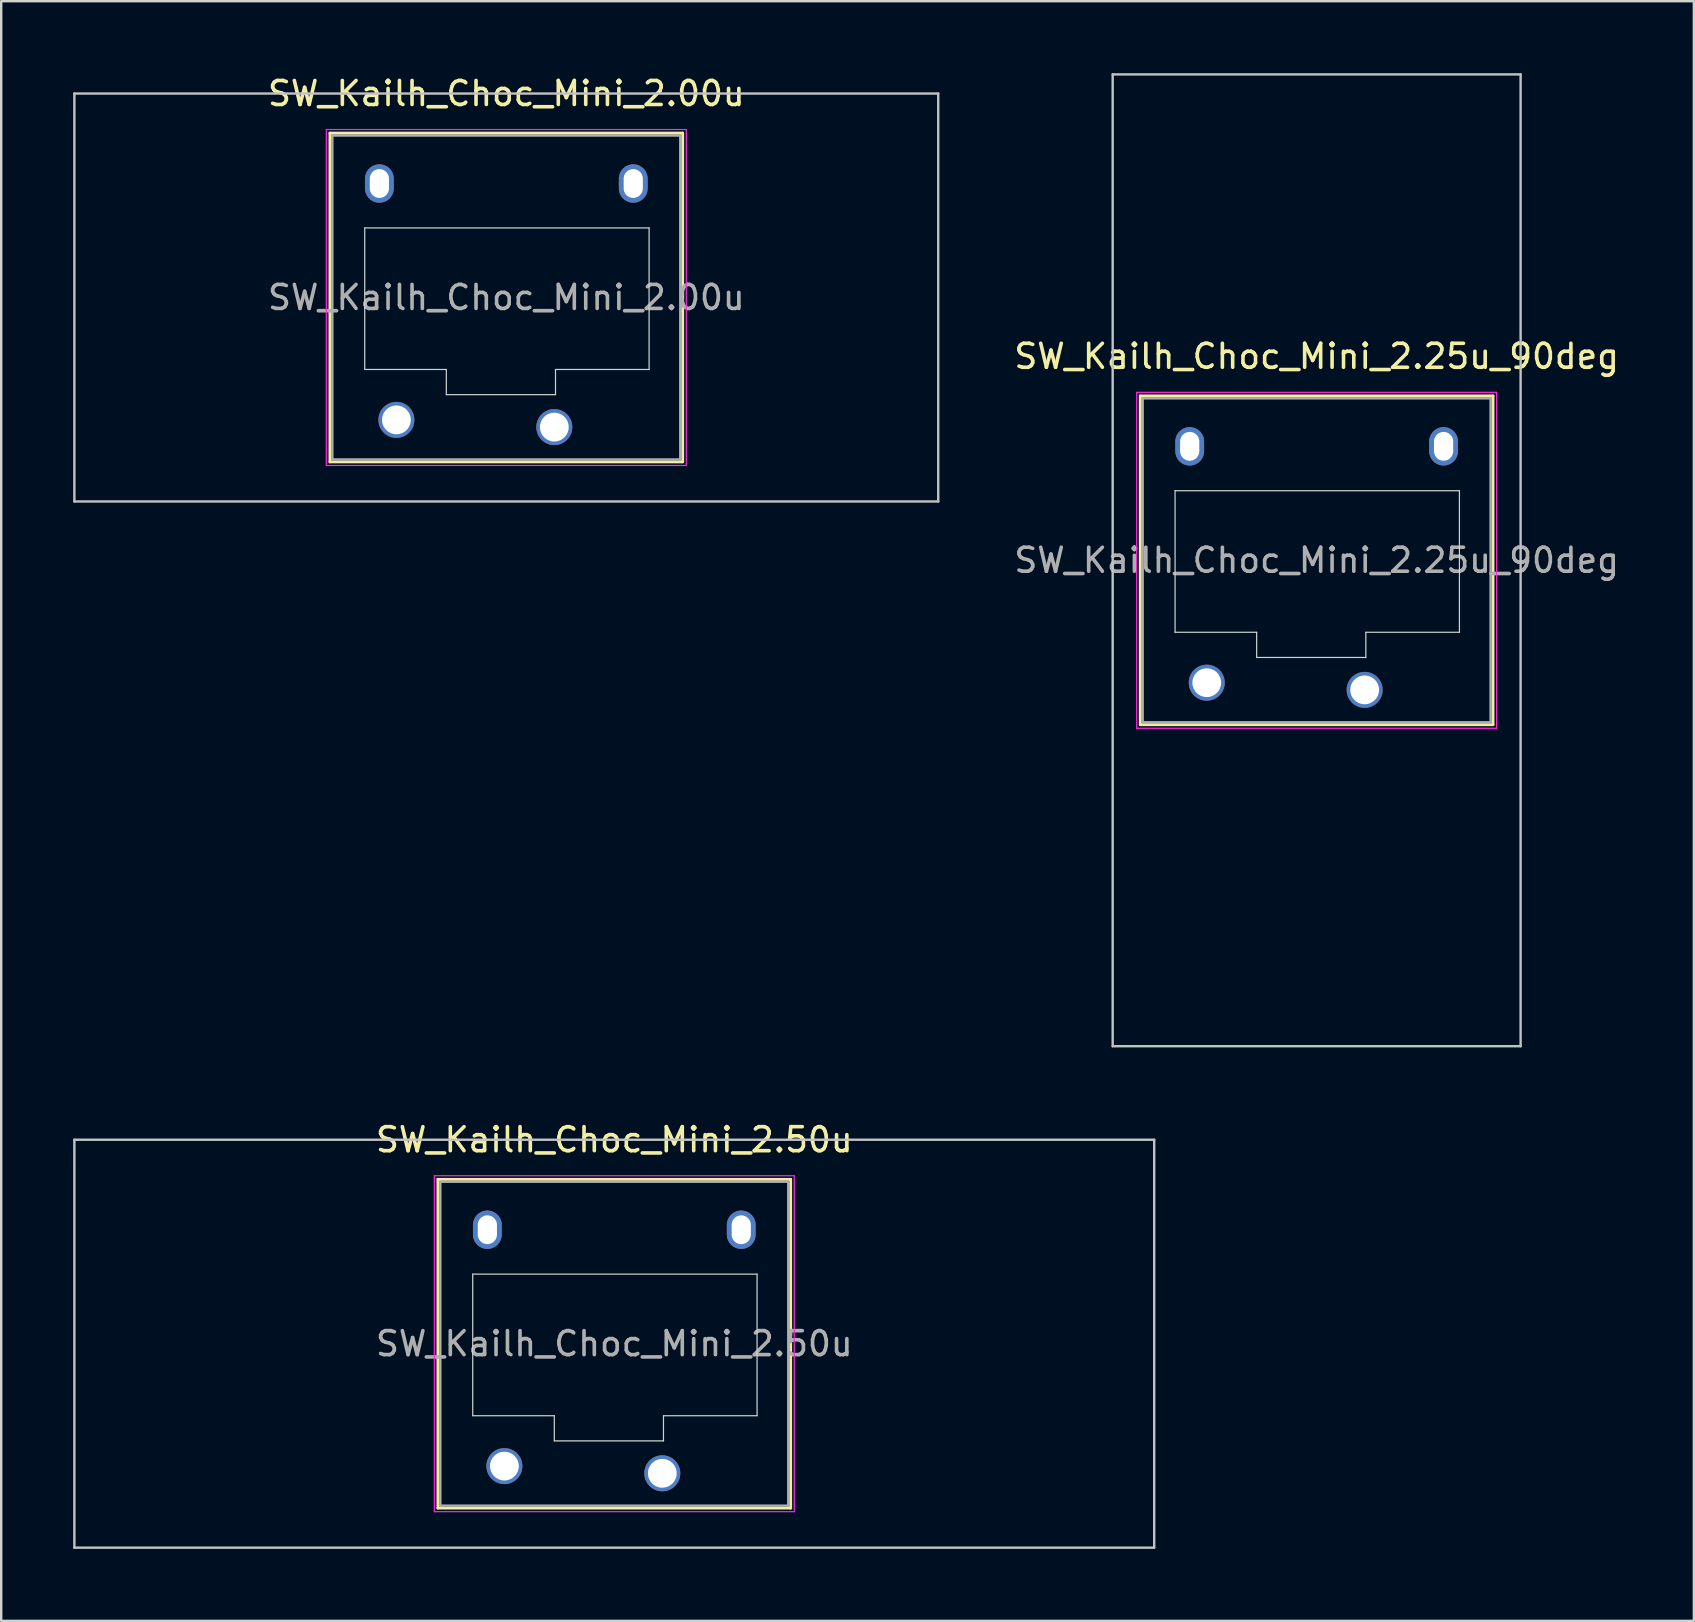
<source format=kicad_pcb>
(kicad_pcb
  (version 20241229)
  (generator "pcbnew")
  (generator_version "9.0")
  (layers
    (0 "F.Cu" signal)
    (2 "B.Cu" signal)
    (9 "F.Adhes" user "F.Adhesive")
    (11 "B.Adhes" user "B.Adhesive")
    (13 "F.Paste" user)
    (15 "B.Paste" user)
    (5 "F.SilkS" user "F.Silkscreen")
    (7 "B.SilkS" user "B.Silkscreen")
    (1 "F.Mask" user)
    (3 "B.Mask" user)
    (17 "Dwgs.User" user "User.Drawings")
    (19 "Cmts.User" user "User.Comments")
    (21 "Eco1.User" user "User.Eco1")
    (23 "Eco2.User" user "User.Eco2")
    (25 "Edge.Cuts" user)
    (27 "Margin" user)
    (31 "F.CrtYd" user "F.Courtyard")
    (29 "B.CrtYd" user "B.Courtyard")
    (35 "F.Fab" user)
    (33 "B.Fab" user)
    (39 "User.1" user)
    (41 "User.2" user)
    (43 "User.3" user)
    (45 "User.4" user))
  (footprint "SW_Kailh_Choc_Mini_2.25u_90deg"
    (layer "F.Cu")
    (at 51.82 20.3)
    (property "Reference" "SW_Kailh_Choc_Mini_2.25u_90deg" (at 0 -8.5 0) (layer "F.SilkS") (effects (font (size 1 1) (thickness 0.15))))
    (attr through_hole)
    (fp_line (start -7.35 -6.85) (end -7.35 6.85) (stroke (width 0.12) (type solid)) (layer "F.SilkS"))
    (fp_line (start -7.35 6.85) (end 7.35 6.85) (stroke (width 0.12) (type solid)) (layer "F.SilkS"))
    (fp_line (start 7.35 -6.85) (end -7.35 -6.85) (stroke (width 0.12) (type solid)) (layer "F.SilkS"))
    (fp_line (start 7.35 6.85) (end 7.35 -6.85) (stroke (width 0.12) (type solid)) (layer "F.SilkS"))
    (fp_line (start -8.5 -20.25) (end 8.5 -20.25) (stroke (width 0.1) (type solid)) (layer "Dwgs.User"))
    (fp_line (start -8.5 20.25) (end -8.5 -20.25) (stroke (width 0.1) (type solid)) (layer "Dwgs.User"))
    (fp_line (start 8.5 -20.25) (end 8.5 20.25) (stroke (width 0.1) (type solid)) (layer "Dwgs.User"))
    (fp_line (start 8.5 20.25) (end -8.5 20.25) (stroke (width 0.1) (type solid)) (layer "Dwgs.User"))
    (fp_line (start -6.85 -6.35) (end -6.85 6.35) (stroke (width 0.1) (type solid)) (layer "Eco1.User"))
    (fp_line (start -6.85 6.35) (end 6.85 6.35) (stroke (width 0.1) (type solid)) (layer "Eco1.User"))
    (fp_line (start 6.85 -6.35) (end -6.85 -6.35) (stroke (width 0.1) (type solid)) (layer "Eco1.User"))
    (fp_line (start 6.85 6.35) (end 6.85 -6.35) (stroke (width 0.1) (type solid)) (layer "Eco1.User"))
    (fp_line (start -5.9 -2.9) (end -5.9 3) (stroke (width 0.05) (type solid)) (layer "Edge.Cuts"))
    (fp_line (start -5.9 3) (end -2.5 3) (stroke (width 0.05) (type solid)) (layer "Edge.Cuts"))
    (fp_line (start -2.5 3) (end -2.5 4.05) (stroke (width 0.05) (type solid)) (layer "Edge.Cuts"))
    (fp_line (start -2.5 4.05) (end 2.05 4.05) (stroke (width 0.05) (type solid)) (layer "Edge.Cuts"))
    (fp_line (start 2.05 3) (end 5.95 3) (stroke (width 0.05) (type solid)) (layer "Edge.Cuts"))
    (fp_line (start 2.05 4.05) (end 2.05 3) (stroke (width 0.05) (type solid)) (layer "Edge.Cuts"))
    (fp_line (start 5.95 -2.9) (end -5.9 -2.9) (stroke (width 0.05) (type solid)) (layer "Edge.Cuts"))
    (fp_line (start 5.95 3) (end 5.95 -2.9) (stroke (width 0.05) (type solid)) (layer "Edge.Cuts"))
    (fp_line (start -7.5 -7) (end -7.5 7) (stroke (width 0.05) (type solid)) (layer "F.CrtYd"))
    (fp_line (start -7.5 7) (end 7.5 7) (stroke (width 0.05) (type solid)) (layer "F.CrtYd"))
    (fp_line (start 7.5 -7) (end -7.5 -7) (stroke (width 0.05) (type solid)) (layer "F.CrtYd"))
    (fp_line (start 7.5 7) (end 7.5 -7) (stroke (width 0.05) (type solid)) (layer "F.CrtYd"))
    (fp_line (start -7.25 -6.75) (end -7.25 6.75) (stroke (width 0.1) (type solid)) (layer "F.Fab"))
    (fp_line (start -7.25 6.75) (end 7.25 6.75) (stroke (width 0.1) (type solid)) (layer "F.Fab"))
    (fp_line (start 7.25 -6.75) (end -7.25 -6.75) (stroke (width 0.1) (type solid)) (layer "F.Fab"))
    (fp_line (start 7.25 6.75) (end 7.25 -6.75) (stroke (width 0.1) (type solid)) (layer "F.Fab"))
    (fp_text user "${REFERENCE}" (at 0 0 0) (layer "F.Fab") (effects (font (size 1 1) (thickness 0.15))))
    (pad "" np_thru_hole oval (at -5.29 -4.75) (size 1.2 1.6) (drill oval 0.8 1.2) (layers "*.Cu" "*.Mask"))
    (pad "" smd circle (at -4.58 5.1) (size 1.25 1.25) (layers "F.Mask"))
    (pad "" smd circle (at 2 5.4) (size 1.25 1.25) (layers "F.Mask"))
    (pad "" np_thru_hole oval (at 5.29 -4.75) (size 1.2 1.6) (drill oval 0.8 1.2) (layers "*.Cu" "*.Mask"))
    (pad "1" thru_hole circle (at 2 5.4) (size 1.5 1.5) (drill 1.2) (layers "*.Cu" "B.Mask"))
    (pad "2" thru_hole circle (at -4.58 5.1) (size 1.5 1.5) (drill 1.2) (layers "*.Cu" "B.Mask")))
  (footprint "SW_Kailh_Choc_Mini_2.00u"
    (layer "F.Cu")
    (at 18.05 9.348)
    (property "Reference" "SW_Kailh_Choc_Mini_2.00u" (at 0 -8.5 0) (layer "F.SilkS") (effects (font (size 1 1) (thickness 0.15))))
    (attr through_hole)
    (fp_line (start -7.35 -6.85) (end -7.35 6.85) (stroke (width 0.12) (type solid)) (layer "F.SilkS"))
    (fp_line (start -7.35 6.85) (end 7.35 6.85) (stroke (width 0.12) (type solid)) (layer "F.SilkS"))
    (fp_line (start 7.35 -6.85) (end -7.35 -6.85) (stroke (width 0.12) (type solid)) (layer "F.SilkS"))
    (fp_line (start 7.35 6.85) (end 7.35 -6.85) (stroke (width 0.12) (type solid)) (layer "F.SilkS"))
    (fp_line (start -18 -8.5) (end -18 8.5) (stroke (width 0.1) (type solid)) (layer "Dwgs.User"))
    (fp_line (start -18 8.5) (end 18 8.5) (stroke (width 0.1) (type solid)) (layer "Dwgs.User"))
    (fp_line (start 18 -8.5) (end -18 -8.5) (stroke (width 0.1) (type solid)) (layer "Dwgs.User"))
    (fp_line (start 18 8.5) (end 18 -8.5) (stroke (width 0.1) (type solid)) (layer "Dwgs.User"))
    (fp_line (start -6.85 -6.35) (end -6.85 6.35) (stroke (width 0.1) (type solid)) (layer "Eco1.User"))
    (fp_line (start -6.85 6.35) (end 6.85 6.35) (stroke (width 0.1) (type solid)) (layer "Eco1.User"))
    (fp_line (start 6.85 -6.35) (end -6.85 -6.35) (stroke (width 0.1) (type solid)) (layer "Eco1.User"))
    (fp_line (start 6.85 6.35) (end 6.85 -6.35) (stroke (width 0.1) (type solid)) (layer "Eco1.User"))
    (fp_line (start -5.9 -2.9) (end -5.9 3) (stroke (width 0.05) (type solid)) (layer "Edge.Cuts"))
    (fp_line (start -5.9 3) (end -2.5 3) (stroke (width 0.05) (type solid)) (layer "Edge.Cuts"))
    (fp_line (start -2.5 3) (end -2.5 4.05) (stroke (width 0.05) (type solid)) (layer "Edge.Cuts"))
    (fp_line (start -2.5 4.05) (end 2.05 4.05) (stroke (width 0.05) (type solid)) (layer "Edge.Cuts"))
    (fp_line (start 2.05 3) (end 5.95 3) (stroke (width 0.05) (type solid)) (layer "Edge.Cuts"))
    (fp_line (start 2.05 4.05) (end 2.05 3) (stroke (width 0.05) (type solid)) (layer "Edge.Cuts"))
    (fp_line (start 5.95 -2.9) (end -5.9 -2.9) (stroke (width 0.05) (type solid)) (layer "Edge.Cuts"))
    (fp_line (start 5.95 3) (end 5.95 -2.9) (stroke (width 0.05) (type solid)) (layer "Edge.Cuts"))
    (fp_line (start -7.5 -7) (end -7.5 7) (stroke (width 0.05) (type solid)) (layer "F.CrtYd"))
    (fp_line (start -7.5 7) (end 7.5 7) (stroke (width 0.05) (type solid)) (layer "F.CrtYd"))
    (fp_line (start 7.5 -7) (end -7.5 -7) (stroke (width 0.05) (type solid)) (layer "F.CrtYd"))
    (fp_line (start 7.5 7) (end 7.5 -7) (stroke (width 0.05) (type solid)) (layer "F.CrtYd"))
    (fp_line (start -7.25 -6.75) (end -7.25 6.75) (stroke (width 0.1) (type solid)) (layer "F.Fab"))
    (fp_line (start -7.25 6.75) (end 7.25 6.75) (stroke (width 0.1) (type solid)) (layer "F.Fab"))
    (fp_line (start 7.25 -6.75) (end -7.25 -6.75) (stroke (width 0.1) (type solid)) (layer "F.Fab"))
    (fp_line (start 7.25 6.75) (end 7.25 -6.75) (stroke (width 0.1) (type solid)) (layer "F.Fab"))
    (fp_text user "${REFERENCE}" (at 0 0 0) (layer "F.Fab") (effects (font (size 1 1) (thickness 0.15))))
    (pad "" np_thru_hole oval (at -5.29 -4.75) (size 1.2 1.6) (drill oval 0.8 1.2) (layers "*.Cu" "*.Mask"))
    (pad "" smd circle (at -4.58 5.1) (size 1.25 1.25) (layers "F.Mask"))
    (pad "" smd circle (at 2 5.4) (size 1.25 1.25) (layers "F.Mask"))
    (pad "" np_thru_hole oval (at 5.29 -4.75) (size 1.2 1.6) (drill oval 0.8 1.2) (layers "*.Cu" "*.Mask"))
    (pad "1" thru_hole circle (at 2 5.4) (size 1.5 1.5) (drill 1.2) (layers "*.Cu" "B.Mask"))
    (pad "2" thru_hole circle (at -4.58 5.1) (size 1.5 1.5) (drill 1.2) (layers "*.Cu" "B.Mask")))
  (footprint "SW_Kailh_Choc_Mini_2.50u"
    (layer "F.Cu")
    (at 22.55 52.948)
    (property "Reference" "SW_Kailh_Choc_Mini_2.50u" (at 0 -8.5 0) (layer "F.SilkS") (effects (font (size 1 1) (thickness 0.15))))
    (attr through_hole)
    (fp_line (start -7.35 -6.85) (end -7.35 6.85) (stroke (width 0.12) (type solid)) (layer "F.SilkS"))
    (fp_line (start -7.35 6.85) (end 7.35 6.85) (stroke (width 0.12) (type solid)) (layer "F.SilkS"))
    (fp_line (start 7.35 -6.85) (end -7.35 -6.85) (stroke (width 0.12) (type solid)) (layer "F.SilkS"))
    (fp_line (start 7.35 6.85) (end 7.35 -6.85) (stroke (width 0.12) (type solid)) (layer "F.SilkS"))
    (fp_line (start -22.5 -8.5) (end -22.5 8.5) (stroke (width 0.1) (type solid)) (layer "Dwgs.User"))
    (fp_line (start -22.5 8.5) (end 22.5 8.5) (stroke (width 0.1) (type solid)) (layer "Dwgs.User"))
    (fp_line (start 22.5 -8.5) (end -22.5 -8.5) (stroke (width 0.1) (type solid)) (layer "Dwgs.User"))
    (fp_line (start 22.5 8.5) (end 22.5 -8.5) (stroke (width 0.1) (type solid)) (layer "Dwgs.User"))
    (fp_line (start -6.85 -6.35) (end -6.85 6.35) (stroke (width 0.1) (type solid)) (layer "Eco1.User"))
    (fp_line (start -6.85 6.35) (end 6.85 6.35) (stroke (width 0.1) (type solid)) (layer "Eco1.User"))
    (fp_line (start 6.85 -6.35) (end -6.85 -6.35) (stroke (width 0.1) (type solid)) (layer "Eco1.User"))
    (fp_line (start 6.85 6.35) (end 6.85 -6.35) (stroke (width 0.1) (type solid)) (layer "Eco1.User"))
    (fp_line (start -5.9 -2.9) (end -5.9 3) (stroke (width 0.05) (type solid)) (layer "Edge.Cuts"))
    (fp_line (start -5.9 3) (end -2.5 3) (stroke (width 0.05) (type solid)) (layer "Edge.Cuts"))
    (fp_line (start -2.5 3) (end -2.5 4.05) (stroke (width 0.05) (type solid)) (layer "Edge.Cuts"))
    (fp_line (start -2.5 4.05) (end 2.05 4.05) (stroke (width 0.05) (type solid)) (layer "Edge.Cuts"))
    (fp_line (start 2.05 3) (end 5.95 3) (stroke (width 0.05) (type solid)) (layer "Edge.Cuts"))
    (fp_line (start 2.05 4.05) (end 2.05 3) (stroke (width 0.05) (type solid)) (layer "Edge.Cuts"))
    (fp_line (start 5.95 -2.9) (end -5.9 -2.9) (stroke (width 0.05) (type solid)) (layer "Edge.Cuts"))
    (fp_line (start 5.95 3) (end 5.95 -2.9) (stroke (width 0.05) (type solid)) (layer "Edge.Cuts"))
    (fp_line (start -7.5 -7) (end -7.5 7) (stroke (width 0.05) (type solid)) (layer "F.CrtYd"))
    (fp_line (start -7.5 7) (end 7.5 7) (stroke (width 0.05) (type solid)) (layer "F.CrtYd"))
    (fp_line (start 7.5 -7) (end -7.5 -7) (stroke (width 0.05) (type solid)) (layer "F.CrtYd"))
    (fp_line (start 7.5 7) (end 7.5 -7) (stroke (width 0.05) (type solid)) (layer "F.CrtYd"))
    (fp_line (start -7.25 -6.75) (end -7.25 6.75) (stroke (width 0.1) (type solid)) (layer "F.Fab"))
    (fp_line (start -7.25 6.75) (end 7.25 6.75) (stroke (width 0.1) (type solid)) (layer "F.Fab"))
    (fp_line (start 7.25 -6.75) (end -7.25 -6.75) (stroke (width 0.1) (type solid)) (layer "F.Fab"))
    (fp_line (start 7.25 6.75) (end 7.25 -6.75) (stroke (width 0.1) (type solid)) (layer "F.Fab"))
    (fp_text user "${REFERENCE}" (at 0 0 0) (layer "F.Fab") (effects (font (size 1 1) (thickness 0.15))))
    (pad "" np_thru_hole oval (at -5.29 -4.75) (size 1.2 1.6) (drill oval 0.8 1.2) (layers "*.Cu" "*.Mask"))
    (pad "" smd circle (at -4.58 5.1) (size 1.25 1.25) (layers "F.Mask"))
    (pad "" smd circle (at 2 5.4) (size 1.25 1.25) (layers "F.Mask"))
    (pad "" np_thru_hole oval (at 5.29 -4.75) (size 1.2 1.6) (drill oval 0.8 1.2) (layers "*.Cu" "*.Mask"))
    (pad "1" thru_hole circle (at 2 5.4) (size 1.5 1.5) (drill 1.2) (layers "*.Cu" "B.Mask"))
    (pad "2" thru_hole circle (at -4.58 5.1) (size 1.5 1.5) (drill 1.2) (layers "*.Cu" "B.Mask")))
  (gr_rect
    (start -3 -3)
    (end 67.54 64.498)
    (stroke (width 0.1) (type default))
    (fill no)
    (layer "Edge.Cuts")))
</source>
